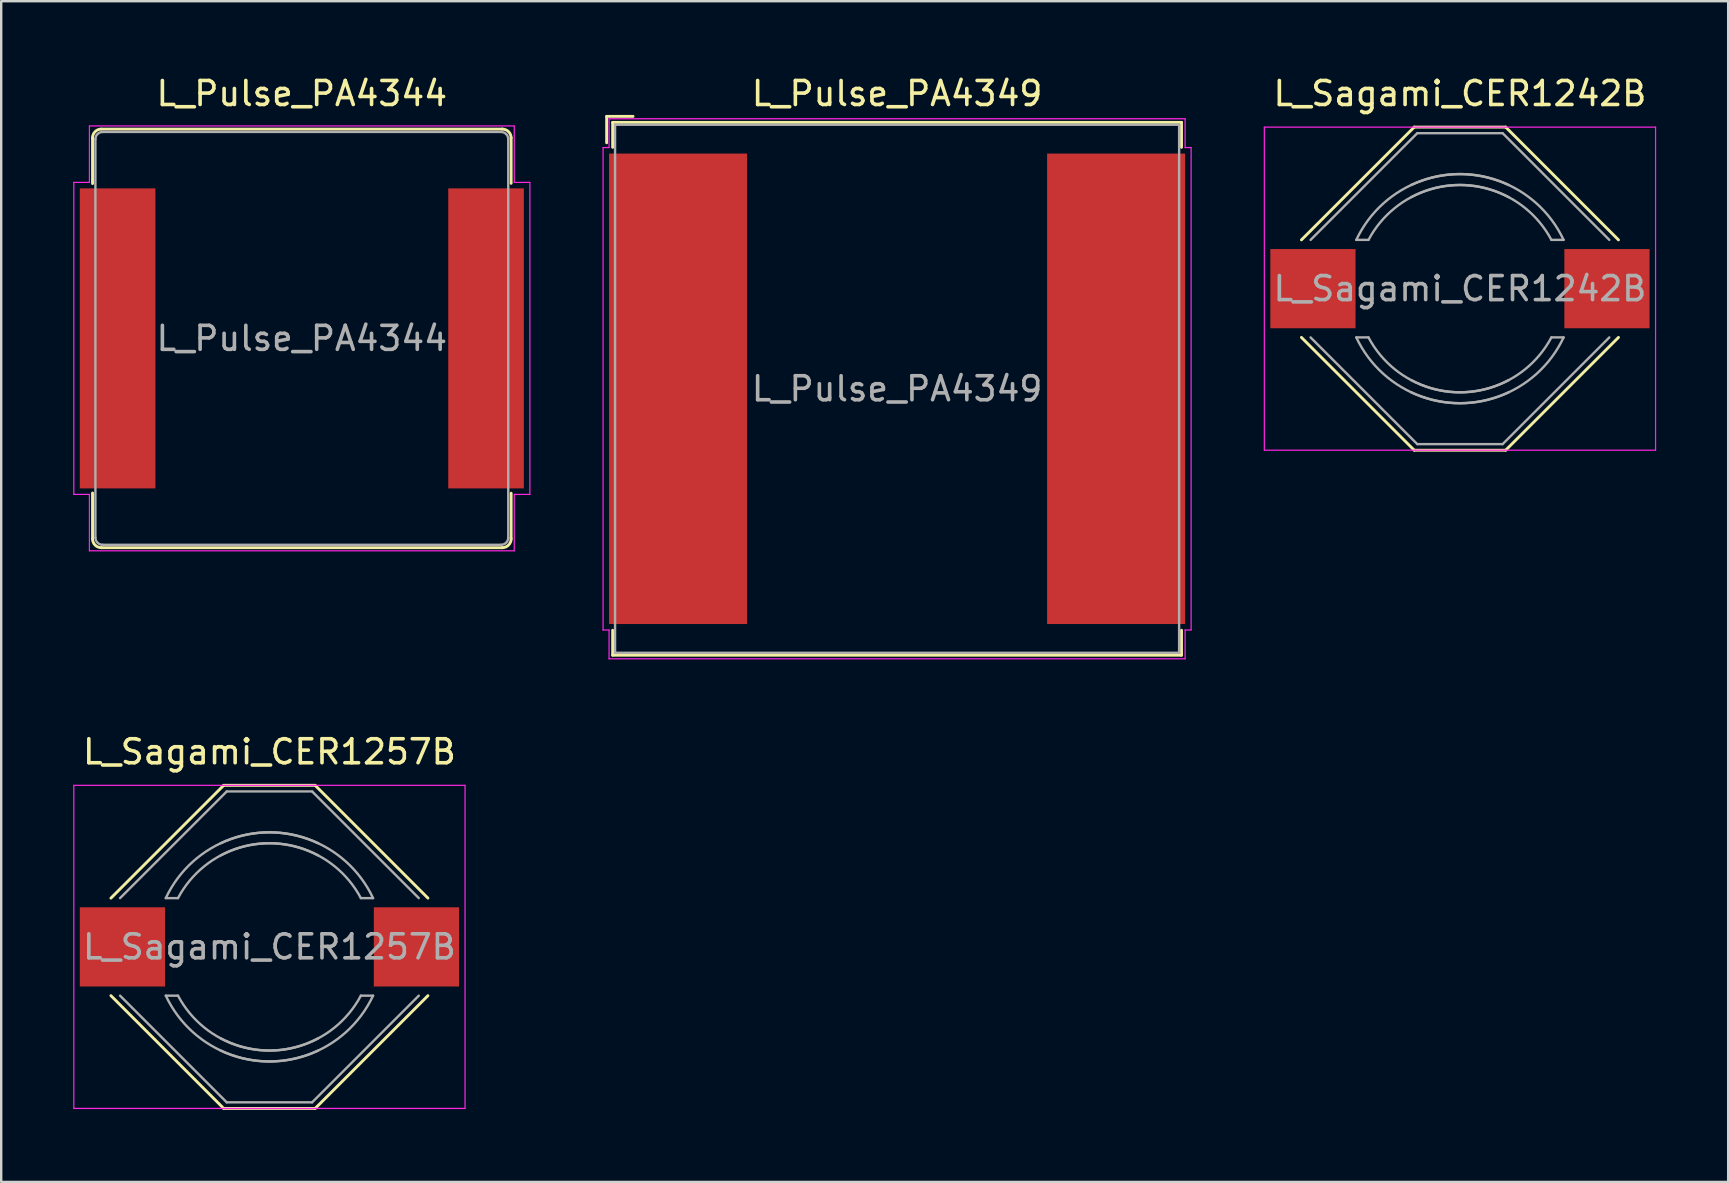
<source format=kicad_pcb>
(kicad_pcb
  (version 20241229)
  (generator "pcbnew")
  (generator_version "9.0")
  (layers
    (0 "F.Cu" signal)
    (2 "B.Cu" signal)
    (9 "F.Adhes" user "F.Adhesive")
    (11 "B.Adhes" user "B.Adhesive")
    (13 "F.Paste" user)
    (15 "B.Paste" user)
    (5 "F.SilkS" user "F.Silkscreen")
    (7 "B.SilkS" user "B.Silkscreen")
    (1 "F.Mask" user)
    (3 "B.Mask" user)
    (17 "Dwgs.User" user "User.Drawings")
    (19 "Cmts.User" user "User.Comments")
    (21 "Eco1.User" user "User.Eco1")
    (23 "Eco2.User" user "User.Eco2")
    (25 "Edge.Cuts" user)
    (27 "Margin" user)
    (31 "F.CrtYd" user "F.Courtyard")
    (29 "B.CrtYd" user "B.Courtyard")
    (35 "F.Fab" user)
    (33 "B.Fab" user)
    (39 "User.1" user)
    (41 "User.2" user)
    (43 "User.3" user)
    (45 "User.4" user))
  (footprint "L_Sagami_CER1242B"
    (layer "F.Cu")
    (at 57.775 8.976)
    (property "Reference" "L_Sagami_CER1242B" (at 0 -8.128 0) (layer "F.SilkS") (effects (font (size 1 1) (thickness 0.15))))
    (attr smd)
    (fp_line (start -6.604 -2.032) (end -1.905 -6.731) (stroke (width 0.12) (type solid)) (layer "F.SilkS"))
    (fp_line (start -6.604 2.032) (end -1.905 6.731) (stroke (width 0.12) (type solid)) (layer "F.SilkS"))
    (fp_line (start -1.905 -6.731) (end 1.905 -6.731) (stroke (width 0.12) (type solid)) (layer "F.SilkS"))
    (fp_line (start -1.905 6.731) (end 1.905 6.731) (stroke (width 0.12) (type solid)) (layer "F.SilkS"))
    (fp_line (start 1.905 -6.731) (end 6.604 -2.032) (stroke (width 0.12) (type solid)) (layer "F.SilkS"))
    (fp_line (start 1.905 6.731) (end 6.604 2.032) (stroke (width 0.12) (type solid)) (layer "F.SilkS"))
    (fp_line (start -8.15 -6.73) (end -8.15 6.73) (stroke (width 0.05) (type solid)) (layer "F.CrtYd"))
    (fp_line (start -8.15 -6.73) (end 8.15 -6.73) (stroke (width 0.05) (type solid)) (layer "F.CrtYd"))
    (fp_line (start -8.15 6.73) (end 8.15 6.73) (stroke (width 0.05) (type solid)) (layer "F.CrtYd"))
    (fp_line (start 8.15 -6.73) (end 8.15 6.73) (stroke (width 0.05) (type solid)) (layer "F.CrtYd"))
    (fp_line (start -6.223 -2.032) (end -1.778 -6.477) (stroke (width 0.1) (type solid)) (layer "F.Fab"))
    (fp_line (start -6.223 2.032) (end -1.778 6.477) (stroke (width 0.1) (type solid)) (layer "F.Fab"))
    (fp_line (start -3.81 -2.032) (end -4.318 -2.032) (stroke (width 0.1) (type solid)) (layer "F.Fab"))
    (fp_line (start -3.81 2.032) (end -4.318 2.032) (stroke (width 0.1) (type solid)) (layer "F.Fab"))
    (fp_line (start -1.778 6.477) (end 1.778 6.477) (stroke (width 0.1) (type solid)) (layer "F.Fab"))
    (fp_line (start 1.778 -6.477) (end -1.778 -6.477) (stroke (width 0.1) (type solid)) (layer "F.Fab"))
    (fp_line (start 1.778 6.477) (end 6.223 2.032) (stroke (width 0.1) (type solid)) (layer "F.Fab"))
    (fp_line (start 3.81 -2.032) (end 4.318 -2.032) (stroke (width 0.1) (type solid)) (layer "F.Fab"))
    (fp_line (start 3.81 2.032) (end 4.318 2.032) (stroke (width 0.1) (type solid)) (layer "F.Fab"))
    (fp_line (start 6.223 -2.032) (end 1.778 -6.477) (stroke (width 0.1) (type solid)) (layer "F.Fab"))
    (fp_arc (start -4.318 -2.032) (mid -1.616446 -4.490128) (end 2.032 -4.318) (stroke (width 0.1) (type solid)) (layer "F.Fab"))
    (fp_arc (start -3.81 -2.032) (mid -1.257236 -4.130918) (end 2.032 -3.81) (stroke (width 0.1) (type solid)) (layer "F.Fab"))
    (fp_arc (start -2.032 -4.318) (mid 1.616446 -4.490128) (end 4.318 -2.032) (stroke (width 0.1) (type solid)) (layer "F.Fab"))
    (fp_arc (start -2.032 -3.81) (mid 1.257236 -4.130918) (end 3.81 -2.032) (stroke (width 0.1) (type solid)) (layer "F.Fab"))
    (fp_arc (start 2.032 3.81) (mid -1.257236 4.130918) (end -3.81 2.032) (stroke (width 0.1) (type solid)) (layer "F.Fab"))
    (fp_arc (start 2.032 4.318) (mid -1.616446 4.490128) (end -4.318 2.032) (stroke (width 0.1) (type solid)) (layer "F.Fab"))
    (fp_arc (start 3.81 2.032) (mid 1.257236 4.130918) (end -2.032 3.81) (stroke (width 0.1) (type solid)) (layer "F.Fab"))
    (fp_arc (start 4.318 2.032) (mid 1.616446 4.490128) (end -2.032 4.318) (stroke (width 0.1) (type solid)) (layer "F.Fab"))
    (fp_text user "${REFERENCE}" (at 0 0 0) (layer "F.Fab") (effects (font (size 1 1) (thickness 0.15))))
    (pad "1" smd rect (at -6.125 0) (size 3.55 3.3) (layers "F.Cu" "F.Mask" "F.Paste"))
    (pad "2" smd rect (at 6.125 0) (size 3.55 3.3) (layers "F.Cu" "F.Mask" "F.Paste")))
  (footprint "L_Pulse_PA4349"
    (layer "F.Cu")
    (at 34.325 13.148)
    (property "Reference" "L_Pulse_PA4349" (at 0 -12.3 0) (layer "F.SilkS") (effects (font (size 1 1) (thickness 0.15))))
    (attr smd)
    (fp_line (start -12.1 -11.35) (end -11 -11.35) (stroke (width 0.12) (type solid)) (layer "F.SilkS"))
    (fp_line (start -12.1 -10.25) (end -12.1 -11.35) (stroke (width 0.12) (type solid)) (layer "F.SilkS"))
    (fp_line (start -11.85 -11.1) (end -11.85 -10.06) (stroke (width 0.12) (type solid)) (layer "F.SilkS"))
    (fp_line (start -11.85 -11.1) (end 11.85 -11.1) (stroke (width 0.12) (type solid)) (layer "F.SilkS"))
    (fp_line (start -11.85 10.06) (end -11.85 11.1) (stroke (width 0.12) (type solid)) (layer "F.SilkS"))
    (fp_line (start -11.85 11.1) (end 11.85 11.1) (stroke (width 0.12) (type solid)) (layer "F.SilkS"))
    (fp_line (start 11.85 -11.1) (end 11.85 -10.06) (stroke (width 0.12) (type solid)) (layer "F.SilkS"))
    (fp_line (start 11.85 10.06) (end 11.85 11.1) (stroke (width 0.12) (type solid)) (layer "F.SilkS"))
    (fp_line (start -12.25 10.05) (end -12.25 -10.05) (stroke (width 0.05) (type solid)) (layer "F.CrtYd"))
    (fp_line (start -12 -11.25) (end -12 -10.05) (stroke (width 0.05) (type solid)) (layer "F.CrtYd"))
    (fp_line (start -12 -11.25) (end 12 -11.25) (stroke (width 0.05) (type solid)) (layer "F.CrtYd"))
    (fp_line (start -12 -10.05) (end -12.25 -10.05) (stroke (width 0.05) (type solid)) (layer "F.CrtYd"))
    (fp_line (start -12 10.05) (end -12.25 10.05) (stroke (width 0.05) (type solid)) (layer "F.CrtYd"))
    (fp_line (start -12 10.05) (end -12 11.25) (stroke (width 0.05) (type solid)) (layer "F.CrtYd"))
    (fp_line (start 12 -11.25) (end 12 -10.05) (stroke (width 0.05) (type solid)) (layer "F.CrtYd"))
    (fp_line (start 12 -10.05) (end 12.25 -10.05) (stroke (width 0.05) (type solid)) (layer "F.CrtYd"))
    (fp_line (start 12 10.05) (end 12 11.25) (stroke (width 0.05) (type solid)) (layer "F.CrtYd"))
    (fp_line (start 12 11.25) (end -12 11.25) (stroke (width 0.05) (type solid)) (layer "F.CrtYd"))
    (fp_line (start 12.25 -10.05) (end 12.25 10.05) (stroke (width 0.05) (type solid)) (layer "F.CrtYd"))
    (fp_line (start 12.25 10.05) (end 12 10.05) (stroke (width 0.05) (type solid)) (layer "F.CrtYd"))
    (fp_line (start -11.75 -11) (end 11.75 -11) (stroke (width 0.1) (type solid)) (layer "F.Fab"))
    (fp_line (start -11.75 11) (end -11.75 -11) (stroke (width 0.1) (type solid)) (layer "F.Fab"))
    (fp_line (start -11.75 11) (end 11.75 11) (stroke (width 0.1) (type solid)) (layer "F.Fab"))
    (fp_line (start 11.75 -11) (end 11.75 11) (stroke (width 0.1) (type solid)) (layer "F.Fab"))
    (fp_text user "${REFERENCE}" (at 0 0 0) (layer "F.Fab") (effects (font (size 1 1) (thickness 0.15))))
    (pad "1" smd rect (at -9.125 0 90) (size 19.6 5.75) (layers "F.Cu" "F.Mask" "F.Paste"))
    (pad "2" smd rect (at 9.125 0 90) (size 19.6 5.75) (layers "F.Cu" "F.Mask" "F.Paste")))
  (footprint "L_Pulse_PA4344"
    (layer "F.Cu")
    (at 9.525 11.048)
    (property "Reference" "L_Pulse_PA4344" (at 0 -10.2 0) (layer "F.SilkS") (effects (font (size 1 1) (thickness 0.15))))
    (attr smd)
    (fp_line (start -8.72 -8.35) (end -8.72 -6.45) (stroke (width 0.12) (type solid)) (layer "F.SilkS"))
    (fp_line (start -8.72 6.44) (end -8.72 8.34) (stroke (width 0.12) (type solid)) (layer "F.SilkS"))
    (fp_line (start -8.35 -8.72) (end 8.35 -8.72) (stroke (width 0.12) (type solid)) (layer "F.SilkS"))
    (fp_line (start 8.35 8.72) (end -8.35 8.72) (stroke (width 0.12) (type solid)) (layer "F.SilkS"))
    (fp_line (start 8.72 -8.36) (end 8.72 -6.46) (stroke (width 0.12) (type solid)) (layer "F.SilkS"))
    (fp_line (start 8.72 6.45) (end 8.72 8.35) (stroke (width 0.12) (type solid)) (layer "F.SilkS"))
    (fp_arc (start -8.72054 -8.35) (mid -8.618989 -8.604842) (end -8.37 -8.72) (stroke (width 0.12) (type solid)) (layer "F.SilkS"))
    (fp_arc (start -8.35 8.720135) (mid -8.608165 8.615237) (end -8.72 8.36) (stroke (width 0.12) (type solid)) (layer "F.SilkS"))
    (fp_arc (start 8.35 -8.720135) (mid 8.608165 -8.615237) (end 8.72 -8.36) (stroke (width 0.12) (type solid)) (layer "F.SilkS"))
    (fp_arc (start 8.72 8.35) (mid 8.61163 8.61163) (end 8.35 8.72) (stroke (width 0.12) (type solid)) (layer "F.SilkS"))
    (fp_line (start -9.5 -6.5) (end -9.5 6.5) (stroke (width 0.05) (type solid)) (layer "F.CrtYd"))
    (fp_line (start -9.5 -6.5) (end -8.85 -6.5) (stroke (width 0.05) (type solid)) (layer "F.CrtYd"))
    (fp_line (start -8.85 -8.85) (end -8.85 -6.5) (stroke (width 0.05) (type solid)) (layer "F.CrtYd"))
    (fp_line (start -8.85 -8.85) (end 8.85 -8.85) (stroke (width 0.05) (type solid)) (layer "F.CrtYd"))
    (fp_line (start -8.85 6.5) (end -9.5 6.5) (stroke (width 0.05) (type solid)) (layer "F.CrtYd"))
    (fp_line (start -8.85 8.85) (end -8.85 6.5) (stroke (width 0.05) (type solid)) (layer "F.CrtYd"))
    (fp_line (start 8.85 -8.85) (end 8.85 -6.5) (stroke (width 0.05) (type solid)) (layer "F.CrtYd"))
    (fp_line (start 8.85 6.5) (end 8.85 8.85) (stroke (width 0.05) (type solid)) (layer "F.CrtYd"))
    (fp_line (start 8.85 8.85) (end -8.85 8.85) (stroke (width 0.05) (type solid)) (layer "F.CrtYd"))
    (fp_line (start 9.5 -6.5) (end 8.85 -6.5) (stroke (width 0.05) (type solid)) (layer "F.CrtYd"))
    (fp_line (start 9.5 -6.5) (end 9.5 6.5) (stroke (width 0.05) (type solid)) (layer "F.CrtYd"))
    (fp_line (start 9.5 6.5) (end 8.85 6.5) (stroke (width 0.05) (type solid)) (layer "F.CrtYd"))
    (fp_line (start -8.6 -8.3) (end -8.6 8.3) (stroke (width 0.1) (type solid)) (layer "F.Fab"))
    (fp_line (start -8.3 -8.6) (end 8.3 -8.6) (stroke (width 0.1) (type solid)) (layer "F.Fab"))
    (fp_line (start 8.3 8.6) (end -8.3 8.6) (stroke (width 0.1) (type solid)) (layer "F.Fab"))
    (fp_line (start 8.6 -8.3) (end 8.6 8.3) (stroke (width 0.1) (type solid)) (layer "F.Fab"))
    (fp_arc (start -8.6 -8.3) (mid -8.512132 -8.512132) (end -8.3 -8.6) (stroke (width 0.1) (type solid)) (layer "F.Fab"))
    (fp_arc (start -8.3 8.6) (mid -8.512132 8.512132) (end -8.6 8.3) (stroke (width 0.1) (type solid)) (layer "F.Fab"))
    (fp_arc (start 8.3 -8.6) (mid 8.512132 -8.512132) (end 8.6 -8.3) (stroke (width 0.1) (type solid)) (layer "F.Fab"))
    (fp_arc (start 8.6 8.3) (mid 8.512132 8.512132) (end 8.3 8.6) (stroke (width 0.1) (type solid)) (layer "F.Fab"))
    (fp_text user "${REFERENCE}" (at 0 0 0) (layer "F.Fab") (effects (font (size 1 1) (thickness 0.15))))
    (pad "1" smd rect (at -7.675 0) (size 3.15 12.5) (layers "F.Cu" "F.Mask" "F.Paste"))
    (pad "2" smd rect (at 7.675 0) (size 3.15 12.5) (layers "F.Cu" "F.Mask" "F.Paste")))
  (footprint "L_Sagami_CER1257B"
    (layer "F.Cu")
    (at 8.175 36.4)
    (property "Reference" "L_Sagami_CER1257B" (at 0 -8.128 0) (layer "F.SilkS") (effects (font (size 1 1) (thickness 0.15))))
    (attr smd)
    (fp_line (start -6.604 -2.032) (end -1.905 -6.731) (stroke (width 0.12) (type solid)) (layer "F.SilkS"))
    (fp_line (start -6.604 2.032) (end -1.905 6.731) (stroke (width 0.12) (type solid)) (layer "F.SilkS"))
    (fp_line (start -1.905 -6.731) (end 1.905 -6.731) (stroke (width 0.12) (type solid)) (layer "F.SilkS"))
    (fp_line (start -1.905 6.731) (end 1.905 6.731) (stroke (width 0.12) (type solid)) (layer "F.SilkS"))
    (fp_line (start 1.905 -6.731) (end 6.604 -2.032) (stroke (width 0.12) (type solid)) (layer "F.SilkS"))
    (fp_line (start 1.905 6.731) (end 6.604 2.032) (stroke (width 0.12) (type solid)) (layer "F.SilkS"))
    (fp_line (start -8.15 -6.73) (end -8.15 6.73) (stroke (width 0.05) (type solid)) (layer "F.CrtYd"))
    (fp_line (start -8.15 -6.73) (end 8.15 -6.73) (stroke (width 0.05) (type solid)) (layer "F.CrtYd"))
    (fp_line (start -8.15 6.73) (end 8.15 6.73) (stroke (width 0.05) (type solid)) (layer "F.CrtYd"))
    (fp_line (start 8.15 -6.73) (end 8.15 6.73) (stroke (width 0.05) (type solid)) (layer "F.CrtYd"))
    (fp_line (start -6.223 -2.032) (end -1.778 -6.477) (stroke (width 0.1) (type solid)) (layer "F.Fab"))
    (fp_line (start -6.223 2.032) (end -1.778 6.477) (stroke (width 0.1) (type solid)) (layer "F.Fab"))
    (fp_line (start -3.81 -2.032) (end -4.318 -2.032) (stroke (width 0.1) (type solid)) (layer "F.Fab"))
    (fp_line (start -3.81 2.032) (end -4.318 2.032) (stroke (width 0.1) (type solid)) (layer "F.Fab"))
    (fp_line (start -1.778 6.477) (end 1.778 6.477) (stroke (width 0.1) (type solid)) (layer "F.Fab"))
    (fp_line (start 1.778 -6.477) (end -1.778 -6.477) (stroke (width 0.1) (type solid)) (layer "F.Fab"))
    (fp_line (start 1.778 6.477) (end 6.223 2.032) (stroke (width 0.1) (type solid)) (layer "F.Fab"))
    (fp_line (start 3.81 -2.032) (end 4.318 -2.032) (stroke (width 0.1) (type solid)) (layer "F.Fab"))
    (fp_line (start 3.81 2.032) (end 4.318 2.032) (stroke (width 0.1) (type solid)) (layer "F.Fab"))
    (fp_line (start 6.223 -2.032) (end 1.778 -6.477) (stroke (width 0.1) (type solid)) (layer "F.Fab"))
    (fp_arc (start -4.318 -2.032) (mid -1.616446 -4.490128) (end 2.032 -4.318) (stroke (width 0.1) (type solid)) (layer "F.Fab"))
    (fp_arc (start -3.81 -2.032) (mid -1.257236 -4.130918) (end 2.032 -3.81) (stroke (width 0.1) (type solid)) (layer "F.Fab"))
    (fp_arc (start -2.032 -4.318) (mid 1.616446 -4.490128) (end 4.318 -2.032) (stroke (width 0.1) (type solid)) (layer "F.Fab"))
    (fp_arc (start -2.032 -3.81) (mid 1.257236 -4.130918) (end 3.81 -2.032) (stroke (width 0.1) (type solid)) (layer "F.Fab"))
    (fp_arc (start 2.032 3.81) (mid -1.257236 4.130918) (end -3.81 2.032) (stroke (width 0.1) (type solid)) (layer "F.Fab"))
    (fp_arc (start 2.032 4.318) (mid -1.616446 4.490128) (end -4.318 2.032) (stroke (width 0.1) (type solid)) (layer "F.Fab"))
    (fp_arc (start 3.81 2.032) (mid 1.257236 4.130918) (end -2.032 3.81) (stroke (width 0.1) (type solid)) (layer "F.Fab"))
    (fp_arc (start 4.318 2.032) (mid 1.616446 4.490128) (end -2.032 4.318) (stroke (width 0.1) (type solid)) (layer "F.Fab"))
    (fp_text user "${REFERENCE}" (at 0 0 0) (layer "F.Fab") (effects (font (size 1 1) (thickness 0.15))))
    (pad "1" smd rect (at -6.125 0) (size 3.55 3.3) (layers "F.Cu" "F.Mask" "F.Paste"))
    (pad "2" smd rect (at 6.125 0) (size 3.55 3.3) (layers "F.Cu" "F.Mask" "F.Paste")))
  (gr_rect
    (start -3 -3)
    (end 68.95 46.191)
    (stroke (width 0.1) (type default))
    (fill no)
    (layer "Edge.Cuts")))
</source>
